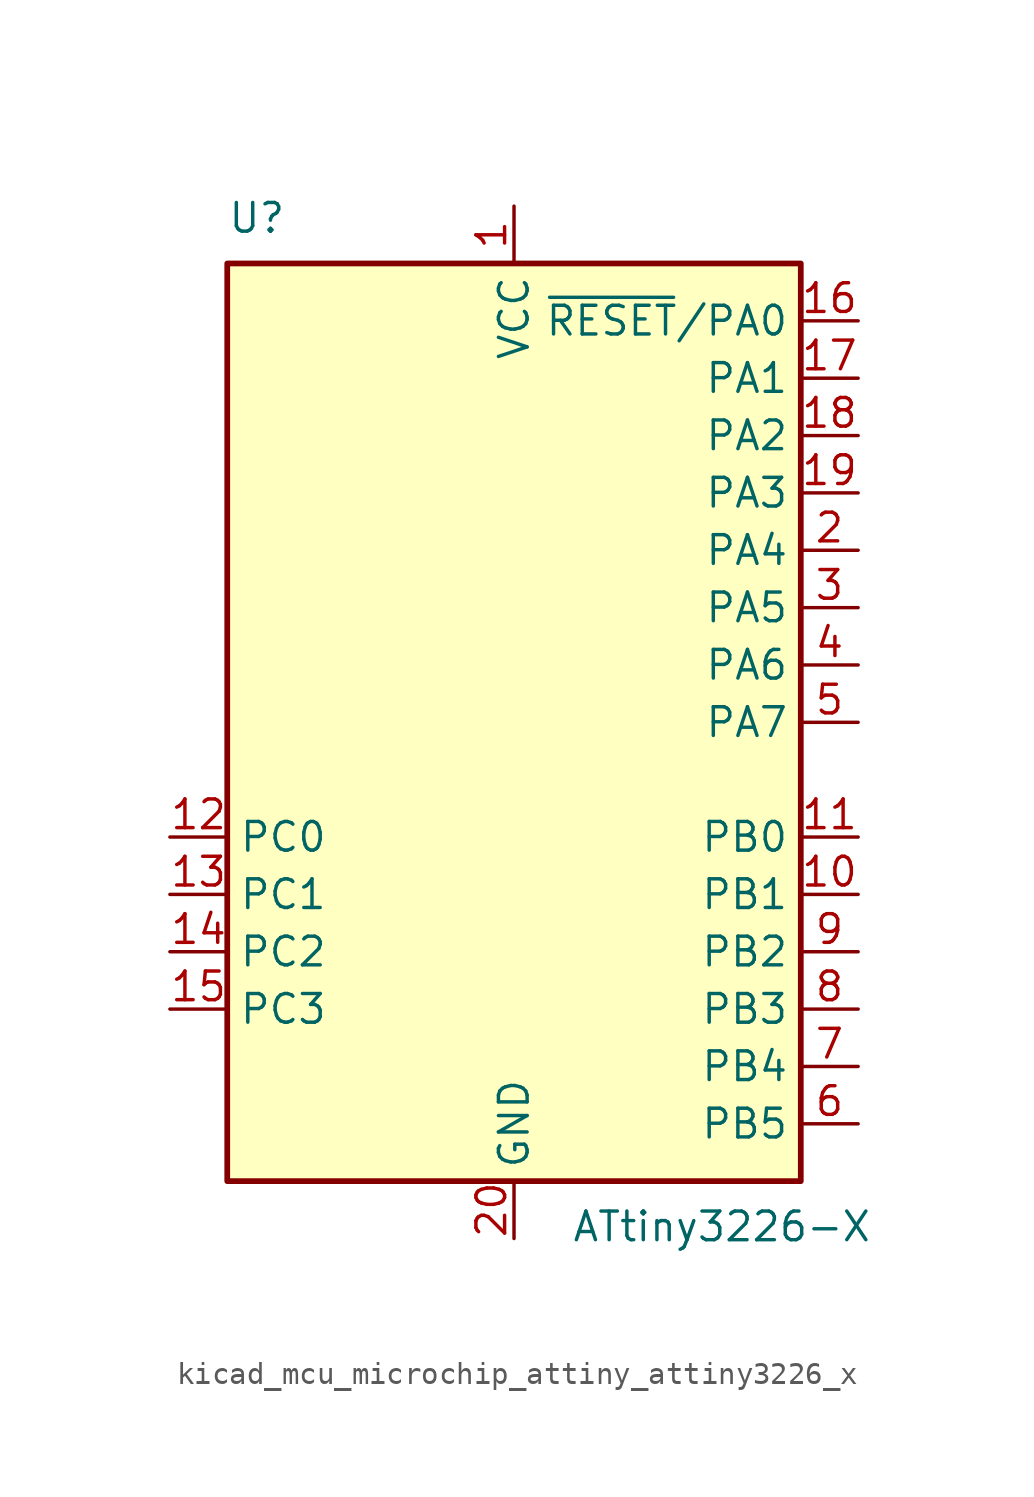
<source format=kicad_sym>
(kicad_symbol_lib
  (version 20220914)
  (generator kicad_symbol_editor)
  (symbol "kicad_mcu_microchip_attiny_attiny3226_x"
    (property "Reference" "U"
      (at -12.7 21.59 0)
      (effects (font (size 1.27 1.27)) (justify left bottom)))
    (property "Value" "ATtiny3226-X"
      (at 2.54 -21.59 0)
      (effects (font (size 1.27 1.27)) (justify left top)))
    (symbol "kicad_mcu_microchip_attiny_attiny3226_x_0_1"
      (rectangle (start -12.7 -20.32) (end 12.7 20.32) (stroke (width 0.254) (type default)) (fill (type background))))
    (symbol "kicad_mcu_microchip_attiny_attiny3226_x_1_1"
      (pin power_in line (at 0 22.86 270) (length 2.54) (name "VCC" (effects (font (size 1.27 1.27)))) (number "1" (effects (font (size 1.27 1.27)))))
      (pin bidirectional line (at 15.24 -7.62 180) (length 2.54) (name "PB1" (effects (font (size 1.27 1.27)))) (number "10" (effects (font (size 1.27 1.27)))))
      (pin bidirectional line (at 15.24 -5.08 180) (length 2.54) (name "PB0" (effects (font (size 1.27 1.27)))) (number "11" (effects (font (size 1.27 1.27)))))
      (pin bidirectional line (at -15.24 -5.08 0) (length 2.54) (name "PC0" (effects (font (size 1.27 1.27)))) (number "12" (effects (font (size 1.27 1.27)))))
      (pin bidirectional line (at -15.24 -7.62 0) (length 2.54) (name "PC1" (effects (font (size 1.27 1.27)))) (number "13" (effects (font (size 1.27 1.27)))))
      (pin bidirectional line (at -15.24 -10.16 0) (length 2.54) (name "PC2" (effects (font (size 1.27 1.27)))) (number "14" (effects (font (size 1.27 1.27)))))
      (pin bidirectional line (at -15.24 -12.7 0) (length 2.54) (name "PC3" (effects (font (size 1.27 1.27)))) (number "15" (effects (font (size 1.27 1.27)))))
      (pin bidirectional line (at 15.24 17.78 180) (length 2.54) (name "~{RESET}/PA0" (effects (font (size 1.27 1.27)))) (number "16" (effects (font (size 1.27 1.27)))))
      (pin bidirectional line (at 15.24 15.24 180) (length 2.54) (name "PA1" (effects (font (size 1.27 1.27)))) (number "17" (effects (font (size 1.27 1.27)))))
      (pin bidirectional line (at 15.24 12.7 180) (length 2.54) (name "PA2" (effects (font (size 1.27 1.27)))) (number "18" (effects (font (size 1.27 1.27)))))
      (pin bidirectional line (at 15.24 10.16 180) (length 2.54) (name "PA3" (effects (font (size 1.27 1.27)))) (number "19" (effects (font (size 1.27 1.27)))))
      (pin bidirectional line (at 15.24 7.62 180) (length 2.54) (name "PA4" (effects (font (size 1.27 1.27)))) (number "2" (effects (font (size 1.27 1.27)))))
      (pin power_in line (at 0 -22.86 90) (length 2.54) (name "GND" (effects (font (size 1.27 1.27)))) (number "20" (effects (font (size 1.27 1.27)))))
      (pin bidirectional line (at 15.24 5.08 180) (length 2.54) (name "PA5" (effects (font (size 1.27 1.27)))) (number "3" (effects (font (size 1.27 1.27)))))
      (pin bidirectional line (at 15.24 2.54 180) (length 2.54) (name "PA6" (effects (font (size 1.27 1.27)))) (number "4" (effects (font (size 1.27 1.27)))))
      (pin bidirectional line (at 15.24 0 180) (length 2.54) (name "PA7" (effects (font (size 1.27 1.27)))) (number "5" (effects (font (size 1.27 1.27)))))
      (pin bidirectional line (at 15.24 -17.78 180) (length 2.54) (name "PB5" (effects (font (size 1.27 1.27)))) (number "6" (effects (font (size 1.27 1.27)))))
      (pin bidirectional line (at 15.24 -15.24 180) (length 2.54) (name "PB4" (effects (font (size 1.27 1.27)))) (number "7" (effects (font (size 1.27 1.27)))))
      (pin bidirectional line (at 15.24 -12.7 180) (length 2.54) (name "PB3" (effects (font (size 1.27 1.27)))) (number "8" (effects (font (size 1.27 1.27)))))
      (pin bidirectional line (at 15.24 -10.16 180) (length 2.54) (name "PB2" (effects (font (size 1.27 1.27)))) (number "9" (effects (font (size 1.27 1.27))))))))
</source>
